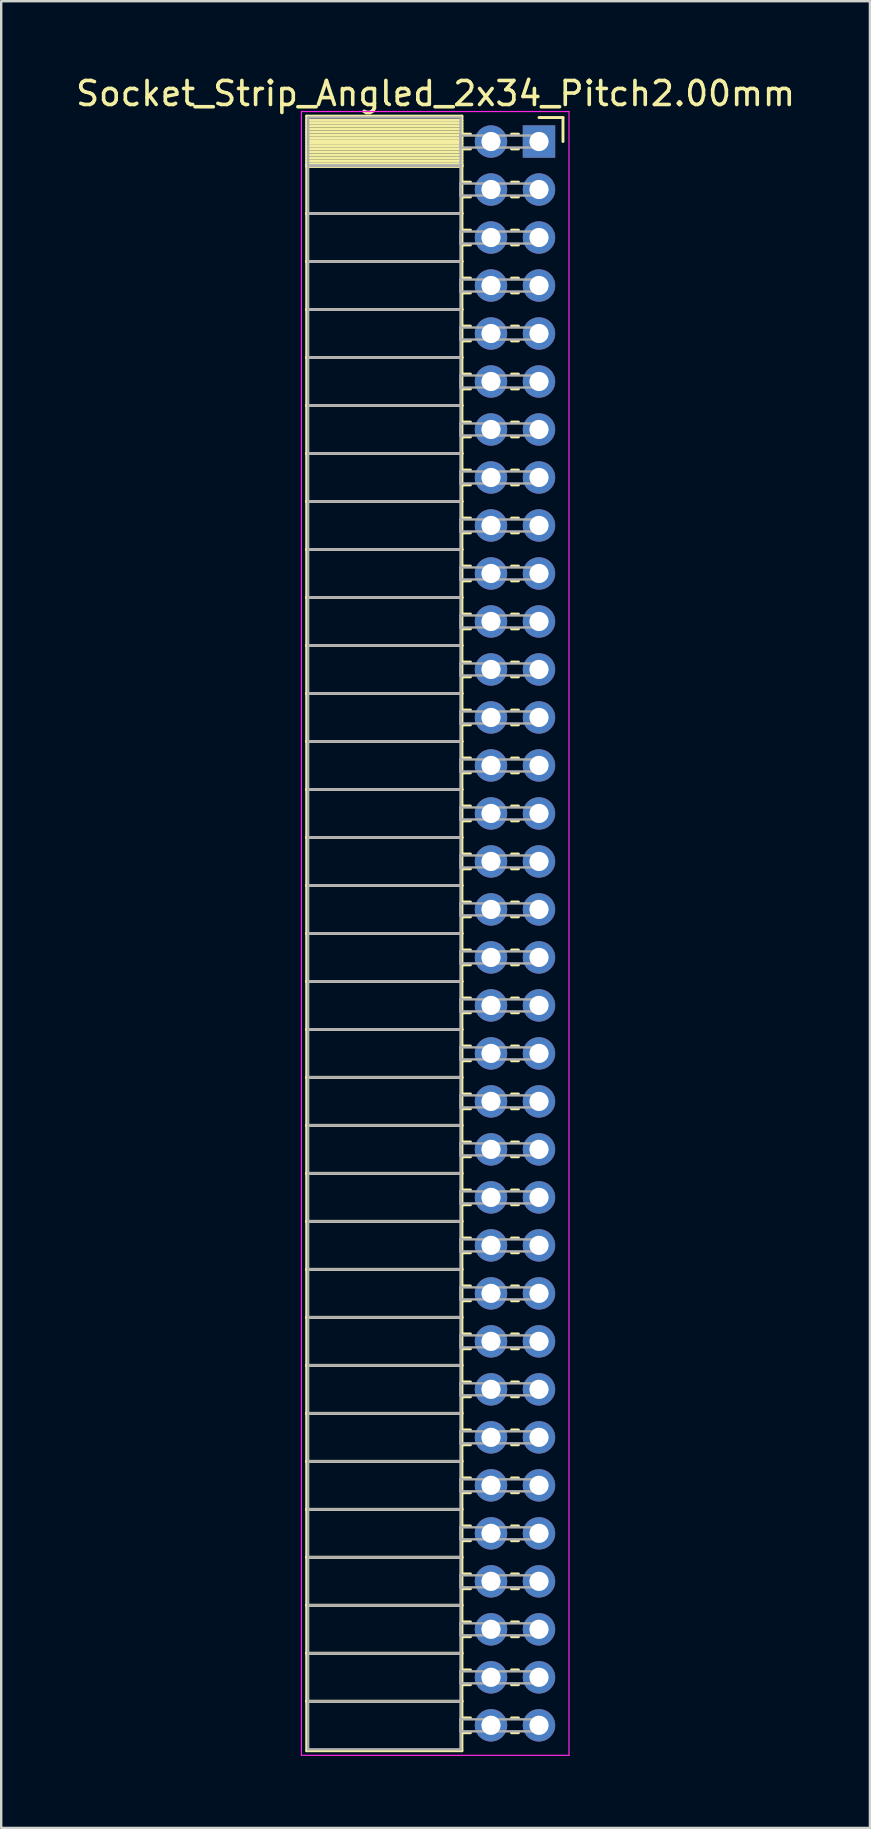
<source format=kicad_pcb>
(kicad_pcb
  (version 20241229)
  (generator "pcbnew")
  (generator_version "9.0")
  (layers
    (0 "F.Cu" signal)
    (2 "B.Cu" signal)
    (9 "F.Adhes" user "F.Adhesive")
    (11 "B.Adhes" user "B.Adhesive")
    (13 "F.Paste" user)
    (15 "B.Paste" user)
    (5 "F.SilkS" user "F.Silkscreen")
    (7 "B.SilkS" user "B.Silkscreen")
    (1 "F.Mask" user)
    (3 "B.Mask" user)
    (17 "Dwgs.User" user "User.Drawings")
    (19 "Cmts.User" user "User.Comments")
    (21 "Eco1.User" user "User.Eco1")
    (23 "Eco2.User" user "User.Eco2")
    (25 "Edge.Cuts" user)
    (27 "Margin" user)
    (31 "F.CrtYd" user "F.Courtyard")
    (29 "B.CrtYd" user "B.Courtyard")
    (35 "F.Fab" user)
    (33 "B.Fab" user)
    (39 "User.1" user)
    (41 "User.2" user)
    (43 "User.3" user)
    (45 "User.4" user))
  (footprint "Socket_Strip_Angled_2x34_Pitch2.00mm"
    (layer "F.Cu")
    (at 19.411 2.848)
    (property "Reference" "Socket_Strip_Angled_2x34_Pitch2.00mm" (at -4.31 -2 0) (layer "F.SilkS") (effects (font (size 1 1) (thickness 0.15))))
    (attr through_hole)
    (fp_line (start -9.68 -1.06) (end -3.21 -1.06) (stroke (width 0.12) (type solid)) (layer "F.SilkS"))
    (fp_line (start -9.68 1) (end -9.68 -1.06) (stroke (width 0.12) (type solid)) (layer "F.SilkS"))
    (fp_line (start -9.68 1) (end -3.21 1) (stroke (width 0.12) (type solid)) (layer "F.SilkS"))
    (fp_line (start -9.68 3) (end -9.68 1) (stroke (width 0.12) (type solid)) (layer "F.SilkS"))
    (fp_line (start -9.68 3) (end -3.21 3) (stroke (width 0.12) (type solid)) (layer "F.SilkS"))
    (fp_line (start -9.68 5) (end -9.68 3) (stroke (width 0.12) (type solid)) (layer "F.SilkS"))
    (fp_line (start -9.68 5) (end -3.21 5) (stroke (width 0.12) (type solid)) (layer "F.SilkS"))
    (fp_line (start -9.68 7) (end -9.68 5) (stroke (width 0.12) (type solid)) (layer "F.SilkS"))
    (fp_line (start -9.68 7) (end -3.21 7) (stroke (width 0.12) (type solid)) (layer "F.SilkS"))
    (fp_line (start -9.68 9) (end -9.68 7) (stroke (width 0.12) (type solid)) (layer "F.SilkS"))
    (fp_line (start -9.68 9) (end -3.21 9) (stroke (width 0.12) (type solid)) (layer "F.SilkS"))
    (fp_line (start -9.68 11) (end -9.68 9) (stroke (width 0.12) (type solid)) (layer "F.SilkS"))
    (fp_line (start -9.68 11) (end -3.21 11) (stroke (width 0.12) (type solid)) (layer "F.SilkS"))
    (fp_line (start -9.68 13) (end -9.68 11) (stroke (width 0.12) (type solid)) (layer "F.SilkS"))
    (fp_line (start -9.68 13) (end -3.21 13) (stroke (width 0.12) (type solid)) (layer "F.SilkS"))
    (fp_line (start -9.68 15) (end -9.68 13) (stroke (width 0.12) (type solid)) (layer "F.SilkS"))
    (fp_line (start -9.68 15) (end -3.21 15) (stroke (width 0.12) (type solid)) (layer "F.SilkS"))
    (fp_line (start -9.68 17) (end -9.68 15) (stroke (width 0.12) (type solid)) (layer "F.SilkS"))
    (fp_line (start -9.68 17) (end -3.21 17) (stroke (width 0.12) (type solid)) (layer "F.SilkS"))
    (fp_line (start -9.68 19) (end -9.68 17) (stroke (width 0.12) (type solid)) (layer "F.SilkS"))
    (fp_line (start -9.68 19) (end -3.21 19) (stroke (width 0.12) (type solid)) (layer "F.SilkS"))
    (fp_line (start -9.68 21) (end -9.68 19) (stroke (width 0.12) (type solid)) (layer "F.SilkS"))
    (fp_line (start -9.68 21) (end -3.21 21) (stroke (width 0.12) (type solid)) (layer "F.SilkS"))
    (fp_line (start -9.68 23) (end -9.68 21) (stroke (width 0.12) (type solid)) (layer "F.SilkS"))
    (fp_line (start -9.68 23) (end -3.21 23) (stroke (width 0.12) (type solid)) (layer "F.SilkS"))
    (fp_line (start -9.68 25) (end -9.68 23) (stroke (width 0.12) (type solid)) (layer "F.SilkS"))
    (fp_line (start -9.68 25) (end -3.21 25) (stroke (width 0.12) (type solid)) (layer "F.SilkS"))
    (fp_line (start -9.68 27) (end -9.68 25) (stroke (width 0.12) (type solid)) (layer "F.SilkS"))
    (fp_line (start -9.68 27) (end -3.21 27) (stroke (width 0.12) (type solid)) (layer "F.SilkS"))
    (fp_line (start -9.68 29) (end -9.68 27) (stroke (width 0.12) (type solid)) (layer "F.SilkS"))
    (fp_line (start -9.68 29) (end -3.21 29) (stroke (width 0.12) (type solid)) (layer "F.SilkS"))
    (fp_line (start -9.68 31) (end -9.68 29) (stroke (width 0.12) (type solid)) (layer "F.SilkS"))
    (fp_line (start -9.68 31) (end -3.21 31) (stroke (width 0.12) (type solid)) (layer "F.SilkS"))
    (fp_line (start -9.68 33) (end -9.68 31) (stroke (width 0.12) (type solid)) (layer "F.SilkS"))
    (fp_line (start -9.68 33) (end -3.21 33) (stroke (width 0.12) (type solid)) (layer "F.SilkS"))
    (fp_line (start -9.68 35) (end -9.68 33) (stroke (width 0.12) (type solid)) (layer "F.SilkS"))
    (fp_line (start -9.68 35) (end -3.21 35) (stroke (width 0.12) (type solid)) (layer "F.SilkS"))
    (fp_line (start -9.68 37) (end -9.68 35) (stroke (width 0.12) (type solid)) (layer "F.SilkS"))
    (fp_line (start -9.68 37) (end -3.21 37) (stroke (width 0.12) (type solid)) (layer "F.SilkS"))
    (fp_line (start -9.68 39) (end -9.68 37) (stroke (width 0.12) (type solid)) (layer "F.SilkS"))
    (fp_line (start -9.68 39) (end -3.21 39) (stroke (width 0.12) (type solid)) (layer "F.SilkS"))
    (fp_line (start -9.68 41) (end -9.68 39) (stroke (width 0.12) (type solid)) (layer "F.SilkS"))
    (fp_line (start -9.68 41) (end -3.21 41) (stroke (width 0.12) (type solid)) (layer "F.SilkS"))
    (fp_line (start -9.68 43) (end -9.68 41) (stroke (width 0.12) (type solid)) (layer "F.SilkS"))
    (fp_line (start -9.68 43) (end -3.21 43) (stroke (width 0.12) (type solid)) (layer "F.SilkS"))
    (fp_line (start -9.68 45) (end -9.68 43) (stroke (width 0.12) (type solid)) (layer "F.SilkS"))
    (fp_line (start -9.68 45) (end -3.21 45) (stroke (width 0.12) (type solid)) (layer "F.SilkS"))
    (fp_line (start -9.68 47) (end -9.68 45) (stroke (width 0.12) (type solid)) (layer "F.SilkS"))
    (fp_line (start -9.68 47) (end -3.21 47) (stroke (width 0.12) (type solid)) (layer "F.SilkS"))
    (fp_line (start -9.68 49) (end -9.68 47) (stroke (width 0.12) (type solid)) (layer "F.SilkS"))
    (fp_line (start -9.68 49) (end -3.21 49) (stroke (width 0.12) (type solid)) (layer "F.SilkS"))
    (fp_line (start -9.68 51) (end -9.68 49) (stroke (width 0.12) (type solid)) (layer "F.SilkS"))
    (fp_line (start -9.68 51) (end -3.21 51) (stroke (width 0.12) (type solid)) (layer "F.SilkS"))
    (fp_line (start -9.68 53) (end -9.68 51) (stroke (width 0.12) (type solid)) (layer "F.SilkS"))
    (fp_line (start -9.68 53) (end -3.21 53) (stroke (width 0.12) (type solid)) (layer "F.SilkS"))
    (fp_line (start -9.68 55) (end -9.68 53) (stroke (width 0.12) (type solid)) (layer "F.SilkS"))
    (fp_line (start -9.68 55) (end -3.21 55) (stroke (width 0.12) (type solid)) (layer "F.SilkS"))
    (fp_line (start -9.68 57) (end -9.68 55) (stroke (width 0.12) (type solid)) (layer "F.SilkS"))
    (fp_line (start -9.68 57) (end -3.21 57) (stroke (width 0.12) (type solid)) (layer "F.SilkS"))
    (fp_line (start -9.68 59) (end -9.68 57) (stroke (width 0.12) (type solid)) (layer "F.SilkS"))
    (fp_line (start -9.68 59) (end -3.21 59) (stroke (width 0.12) (type solid)) (layer "F.SilkS"))
    (fp_line (start -9.68 61) (end -9.68 59) (stroke (width 0.12) (type solid)) (layer "F.SilkS"))
    (fp_line (start -9.68 61) (end -3.21 61) (stroke (width 0.12) (type solid)) (layer "F.SilkS"))
    (fp_line (start -9.68 63) (end -9.68 61) (stroke (width 0.12) (type solid)) (layer "F.SilkS"))
    (fp_line (start -9.68 63) (end -3.21 63) (stroke (width 0.12) (type solid)) (layer "F.SilkS"))
    (fp_line (start -9.68 65) (end -9.68 63) (stroke (width 0.12) (type solid)) (layer "F.SilkS"))
    (fp_line (start -9.68 65) (end -3.21 65) (stroke (width 0.12) (type solid)) (layer "F.SilkS"))
    (fp_line (start -9.68 67.06) (end -9.68 65) (stroke (width 0.12) (type solid)) (layer "F.SilkS"))
    (fp_line (start -3.21 -1.06) (end -3.21 1) (stroke (width 0.12) (type solid)) (layer "F.SilkS"))
    (fp_line (start -3.21 -0.88) (end -9.68 -0.88) (stroke (width 0.12) (type solid)) (layer "F.SilkS"))
    (fp_line (start -3.21 -0.76) (end -9.68 -0.76) (stroke (width 0.12) (type solid)) (layer "F.SilkS"))
    (fp_line (start -3.21 -0.64) (end -9.68 -0.64) (stroke (width 0.12) (type solid)) (layer "F.SilkS"))
    (fp_line (start -3.21 -0.52) (end -9.68 -0.52) (stroke (width 0.12) (type solid)) (layer "F.SilkS"))
    (fp_line (start -3.21 -0.4) (end -9.68 -0.4) (stroke (width 0.12) (type solid)) (layer "F.SilkS"))
    (fp_line (start -3.21 -0.28) (end -9.68 -0.28) (stroke (width 0.12) (type solid)) (layer "F.SilkS"))
    (fp_line (start -3.21 -0.16) (end -9.68 -0.16) (stroke (width 0.12) (type solid)) (layer "F.SilkS"))
    (fp_line (start -3.21 -0.04) (end -9.68 -0.04) (stroke (width 0.12) (type solid)) (layer "F.SilkS"))
    (fp_line (start -3.21 0.08) (end -9.68 0.08) (stroke (width 0.12) (type solid)) (layer "F.SilkS"))
    (fp_line (start -3.21 0.2) (end -9.68 0.2) (stroke (width 0.12) (type solid)) (layer "F.SilkS"))
    (fp_line (start -3.21 0.32) (end -9.68 0.32) (stroke (width 0.12) (type solid)) (layer "F.SilkS"))
    (fp_line (start -3.21 0.44) (end -9.68 0.44) (stroke (width 0.12) (type solid)) (layer "F.SilkS"))
    (fp_line (start -3.21 0.56) (end -9.68 0.56) (stroke (width 0.12) (type solid)) (layer "F.SilkS"))
    (fp_line (start -3.21 0.68) (end -9.68 0.68) (stroke (width 0.12) (type solid)) (layer "F.SilkS"))
    (fp_line (start -3.21 0.8) (end -9.68 0.8) (stroke (width 0.12) (type solid)) (layer "F.SilkS"))
    (fp_line (start -3.21 0.92) (end -9.68 0.92) (stroke (width 0.12) (type solid)) (layer "F.SilkS"))
    (fp_line (start -3.21 1) (end -9.68 1) (stroke (width 0.12) (type solid)) (layer "F.SilkS"))
    (fp_line (start -3.21 1) (end -3.21 3) (stroke (width 0.12) (type solid)) (layer "F.SilkS"))
    (fp_line (start -3.21 1.04) (end -9.68 1.04) (stroke (width 0.12) (type solid)) (layer "F.SilkS"))
    (fp_line (start -3.21 3) (end -9.68 3) (stroke (width 0.12) (type solid)) (layer "F.SilkS"))
    (fp_line (start -3.21 3) (end -3.21 5) (stroke (width 0.12) (type solid)) (layer "F.SilkS"))
    (fp_line (start -3.21 5) (end -9.68 5) (stroke (width 0.12) (type solid)) (layer "F.SilkS"))
    (fp_line (start -3.21 5) (end -3.21 7) (stroke (width 0.12) (type solid)) (layer "F.SilkS"))
    (fp_line (start -3.21 7) (end -9.68 7) (stroke (width 0.12) (type solid)) (layer "F.SilkS"))
    (fp_line (start -3.21 7) (end -3.21 9) (stroke (width 0.12) (type solid)) (layer "F.SilkS"))
    (fp_line (start -3.21 9) (end -9.68 9) (stroke (width 0.12) (type solid)) (layer "F.SilkS"))
    (fp_line (start -3.21 9) (end -3.21 11) (stroke (width 0.12) (type solid)) (layer "F.SilkS"))
    (fp_line (start -3.21 11) (end -9.68 11) (stroke (width 0.12) (type solid)) (layer "F.SilkS"))
    (fp_line (start -3.21 11) (end -3.21 13) (stroke (width 0.12) (type solid)) (layer "F.SilkS"))
    (fp_line (start -3.21 13) (end -9.68 13) (stroke (width 0.12) (type solid)) (layer "F.SilkS"))
    (fp_line (start -3.21 13) (end -3.21 15) (stroke (width 0.12) (type solid)) (layer "F.SilkS"))
    (fp_line (start -3.21 15) (end -9.68 15) (stroke (width 0.12) (type solid)) (layer "F.SilkS"))
    (fp_line (start -3.21 15) (end -3.21 17) (stroke (width 0.12) (type solid)) (layer "F.SilkS"))
    (fp_line (start -3.21 17) (end -9.68 17) (stroke (width 0.12) (type solid)) (layer "F.SilkS"))
    (fp_line (start -3.21 17) (end -3.21 19) (stroke (width 0.12) (type solid)) (layer "F.SilkS"))
    (fp_line (start -3.21 19) (end -9.68 19) (stroke (width 0.12) (type solid)) (layer "F.SilkS"))
    (fp_line (start -3.21 19) (end -3.21 21) (stroke (width 0.12) (type solid)) (layer "F.SilkS"))
    (fp_line (start -3.21 21) (end -9.68 21) (stroke (width 0.12) (type solid)) (layer "F.SilkS"))
    (fp_line (start -3.21 21) (end -3.21 23) (stroke (width 0.12) (type solid)) (layer "F.SilkS"))
    (fp_line (start -3.21 23) (end -9.68 23) (stroke (width 0.12) (type solid)) (layer "F.SilkS"))
    (fp_line (start -3.21 23) (end -3.21 25) (stroke (width 0.12) (type solid)) (layer "F.SilkS"))
    (fp_line (start -3.21 25) (end -9.68 25) (stroke (width 0.12) (type solid)) (layer "F.SilkS"))
    (fp_line (start -3.21 25) (end -3.21 27) (stroke (width 0.12) (type solid)) (layer "F.SilkS"))
    (fp_line (start -3.21 27) (end -9.68 27) (stroke (width 0.12) (type solid)) (layer "F.SilkS"))
    (fp_line (start -3.21 27) (end -3.21 29) (stroke (width 0.12) (type solid)) (layer "F.SilkS"))
    (fp_line (start -3.21 29) (end -9.68 29) (stroke (width 0.12) (type solid)) (layer "F.SilkS"))
    (fp_line (start -3.21 29) (end -3.21 31) (stroke (width 0.12) (type solid)) (layer "F.SilkS"))
    (fp_line (start -3.21 31) (end -9.68 31) (stroke (width 0.12) (type solid)) (layer "F.SilkS"))
    (fp_line (start -3.21 31) (end -3.21 33) (stroke (width 0.12) (type solid)) (layer "F.SilkS"))
    (fp_line (start -3.21 33) (end -9.68 33) (stroke (width 0.12) (type solid)) (layer "F.SilkS"))
    (fp_line (start -3.21 33) (end -3.21 35) (stroke (width 0.12) (type solid)) (layer "F.SilkS"))
    (fp_line (start -3.21 35) (end -9.68 35) (stroke (width 0.12) (type solid)) (layer "F.SilkS"))
    (fp_line (start -3.21 35) (end -3.21 37) (stroke (width 0.12) (type solid)) (layer "F.SilkS"))
    (fp_line (start -3.21 37) (end -9.68 37) (stroke (width 0.12) (type solid)) (layer "F.SilkS"))
    (fp_line (start -3.21 37) (end -3.21 39) (stroke (width 0.12) (type solid)) (layer "F.SilkS"))
    (fp_line (start -3.21 39) (end -9.68 39) (stroke (width 0.12) (type solid)) (layer "F.SilkS"))
    (fp_line (start -3.21 39) (end -3.21 41) (stroke (width 0.12) (type solid)) (layer "F.SilkS"))
    (fp_line (start -3.21 41) (end -9.68 41) (stroke (width 0.12) (type solid)) (layer "F.SilkS"))
    (fp_line (start -3.21 41) (end -3.21 43) (stroke (width 0.12) (type solid)) (layer "F.SilkS"))
    (fp_line (start -3.21 43) (end -9.68 43) (stroke (width 0.12) (type solid)) (layer "F.SilkS"))
    (fp_line (start -3.21 43) (end -3.21 45) (stroke (width 0.12) (type solid)) (layer "F.SilkS"))
    (fp_line (start -3.21 45) (end -9.68 45) (stroke (width 0.12) (type solid)) (layer "F.SilkS"))
    (fp_line (start -3.21 45) (end -3.21 47) (stroke (width 0.12) (type solid)) (layer "F.SilkS"))
    (fp_line (start -3.21 47) (end -9.68 47) (stroke (width 0.12) (type solid)) (layer "F.SilkS"))
    (fp_line (start -3.21 47) (end -3.21 49) (stroke (width 0.12) (type solid)) (layer "F.SilkS"))
    (fp_line (start -3.21 49) (end -9.68 49) (stroke (width 0.12) (type solid)) (layer "F.SilkS"))
    (fp_line (start -3.21 49) (end -3.21 51) (stroke (width 0.12) (type solid)) (layer "F.SilkS"))
    (fp_line (start -3.21 51) (end -9.68 51) (stroke (width 0.12) (type solid)) (layer "F.SilkS"))
    (fp_line (start -3.21 51) (end -3.21 53) (stroke (width 0.12) (type solid)) (layer "F.SilkS"))
    (fp_line (start -3.21 53) (end -9.68 53) (stroke (width 0.12) (type solid)) (layer "F.SilkS"))
    (fp_line (start -3.21 53) (end -3.21 55) (stroke (width 0.12) (type solid)) (layer "F.SilkS"))
    (fp_line (start -3.21 55) (end -9.68 55) (stroke (width 0.12) (type solid)) (layer "F.SilkS"))
    (fp_line (start -3.21 55) (end -3.21 57) (stroke (width 0.12) (type solid)) (layer "F.SilkS"))
    (fp_line (start -3.21 57) (end -9.68 57) (stroke (width 0.12) (type solid)) (layer "F.SilkS"))
    (fp_line (start -3.21 57) (end -3.21 59) (stroke (width 0.12) (type solid)) (layer "F.SilkS"))
    (fp_line (start -3.21 59) (end -9.68 59) (stroke (width 0.12) (type solid)) (layer "F.SilkS"))
    (fp_line (start -3.21 59) (end -3.21 61) (stroke (width 0.12) (type solid)) (layer "F.SilkS"))
    (fp_line (start -3.21 61) (end -9.68 61) (stroke (width 0.12) (type solid)) (layer "F.SilkS"))
    (fp_line (start -3.21 61) (end -3.21 63) (stroke (width 0.12) (type solid)) (layer "F.SilkS"))
    (fp_line (start -3.21 63) (end -9.68 63) (stroke (width 0.12) (type solid)) (layer "F.SilkS"))
    (fp_line (start -3.21 63) (end -3.21 65) (stroke (width 0.12) (type solid)) (layer "F.SilkS"))
    (fp_line (start -3.21 65) (end -9.68 65) (stroke (width 0.12) (type solid)) (layer "F.SilkS"))
    (fp_line (start -3.21 65) (end -3.21 67.06) (stroke (width 0.12) (type solid)) (layer "F.SilkS"))
    (fp_line (start -3.21 67.06) (end -9.68 67.06) (stroke (width 0.12) (type solid)) (layer "F.SilkS"))
    (fp_line (start -2.855 -0.31) (end -3.21 -0.31) (stroke (width 0.12) (type solid)) (layer "F.SilkS"))
    (fp_line (start -2.855 0.31) (end -3.21 0.31) (stroke (width 0.12) (type solid)) (layer "F.SilkS"))
    (fp_line (start -2.855 1.69) (end -3.21 1.69) (stroke (width 0.12) (type solid)) (layer "F.SilkS"))
    (fp_line (start -2.855 2.31) (end -3.21 2.31) (stroke (width 0.12) (type solid)) (layer "F.SilkS"))
    (fp_line (start -2.855 3.69) (end -3.21 3.69) (stroke (width 0.12) (type solid)) (layer "F.SilkS"))
    (fp_line (start -2.855 4.31) (end -3.21 4.31) (stroke (width 0.12) (type solid)) (layer "F.SilkS"))
    (fp_line (start -2.855 5.69) (end -3.21 5.69) (stroke (width 0.12) (type solid)) (layer "F.SilkS"))
    (fp_line (start -2.855 6.31) (end -3.21 6.31) (stroke (width 0.12) (type solid)) (layer "F.SilkS"))
    (fp_line (start -2.855 7.69) (end -3.21 7.69) (stroke (width 0.12) (type solid)) (layer "F.SilkS"))
    (fp_line (start -2.855 8.31) (end -3.21 8.31) (stroke (width 0.12) (type solid)) (layer "F.SilkS"))
    (fp_line (start -2.855 9.69) (end -3.21 9.69) (stroke (width 0.12) (type solid)) (layer "F.SilkS"))
    (fp_line (start -2.855 10.31) (end -3.21 10.31) (stroke (width 0.12) (type solid)) (layer "F.SilkS"))
    (fp_line (start -2.855 11.69) (end -3.21 11.69) (stroke (width 0.12) (type solid)) (layer "F.SilkS"))
    (fp_line (start -2.855 12.31) (end -3.21 12.31) (stroke (width 0.12) (type solid)) (layer "F.SilkS"))
    (fp_line (start -2.855 13.69) (end -3.21 13.69) (stroke (width 0.12) (type solid)) (layer "F.SilkS"))
    (fp_line (start -2.855 14.31) (end -3.21 14.31) (stroke (width 0.12) (type solid)) (layer "F.SilkS"))
    (fp_line (start -2.855 15.69) (end -3.21 15.69) (stroke (width 0.12) (type solid)) (layer "F.SilkS"))
    (fp_line (start -2.855 16.31) (end -3.21 16.31) (stroke (width 0.12) (type solid)) (layer "F.SilkS"))
    (fp_line (start -2.855 17.69) (end -3.21 17.69) (stroke (width 0.12) (type solid)) (layer "F.SilkS"))
    (fp_line (start -2.855 18.31) (end -3.21 18.31) (stroke (width 0.12) (type solid)) (layer "F.SilkS"))
    (fp_line (start -2.855 19.69) (end -3.21 19.69) (stroke (width 0.12) (type solid)) (layer "F.SilkS"))
    (fp_line (start -2.855 20.31) (end -3.21 20.31) (stroke (width 0.12) (type solid)) (layer "F.SilkS"))
    (fp_line (start -2.855 21.69) (end -3.21 21.69) (stroke (width 0.12) (type solid)) (layer "F.SilkS"))
    (fp_line (start -2.855 22.31) (end -3.21 22.31) (stroke (width 0.12) (type solid)) (layer "F.SilkS"))
    (fp_line (start -2.855 23.69) (end -3.21 23.69) (stroke (width 0.12) (type solid)) (layer "F.SilkS"))
    (fp_line (start -2.855 24.31) (end -3.21 24.31) (stroke (width 0.12) (type solid)) (layer "F.SilkS"))
    (fp_line (start -2.855 25.69) (end -3.21 25.69) (stroke (width 0.12) (type solid)) (layer "F.SilkS"))
    (fp_line (start -2.855 26.31) (end -3.21 26.31) (stroke (width 0.12) (type solid)) (layer "F.SilkS"))
    (fp_line (start -2.855 27.69) (end -3.21 27.69) (stroke (width 0.12) (type solid)) (layer "F.SilkS"))
    (fp_line (start -2.855 28.31) (end -3.21 28.31) (stroke (width 0.12) (type solid)) (layer "F.SilkS"))
    (fp_line (start -2.855 29.69) (end -3.21 29.69) (stroke (width 0.12) (type solid)) (layer "F.SilkS"))
    (fp_line (start -2.855 30.31) (end -3.21 30.31) (stroke (width 0.12) (type solid)) (layer "F.SilkS"))
    (fp_line (start -2.855 31.69) (end -3.21 31.69) (stroke (width 0.12) (type solid)) (layer "F.SilkS"))
    (fp_line (start -2.855 32.31) (end -3.21 32.31) (stroke (width 0.12) (type solid)) (layer "F.SilkS"))
    (fp_line (start -2.855 33.69) (end -3.21 33.69) (stroke (width 0.12) (type solid)) (layer "F.SilkS"))
    (fp_line (start -2.855 34.31) (end -3.21 34.31) (stroke (width 0.12) (type solid)) (layer "F.SilkS"))
    (fp_line (start -2.855 35.69) (end -3.21 35.69) (stroke (width 0.12) (type solid)) (layer "F.SilkS"))
    (fp_line (start -2.855 36.31) (end -3.21 36.31) (stroke (width 0.12) (type solid)) (layer "F.SilkS"))
    (fp_line (start -2.855 37.69) (end -3.21 37.69) (stroke (width 0.12) (type solid)) (layer "F.SilkS"))
    (fp_line (start -2.855 38.31) (end -3.21 38.31) (stroke (width 0.12) (type solid)) (layer "F.SilkS"))
    (fp_line (start -2.855 39.69) (end -3.21 39.69) (stroke (width 0.12) (type solid)) (layer "F.SilkS"))
    (fp_line (start -2.855 40.31) (end -3.21 40.31) (stroke (width 0.12) (type solid)) (layer "F.SilkS"))
    (fp_line (start -2.855 41.69) (end -3.21 41.69) (stroke (width 0.12) (type solid)) (layer "F.SilkS"))
    (fp_line (start -2.855 42.31) (end -3.21 42.31) (stroke (width 0.12) (type solid)) (layer "F.SilkS"))
    (fp_line (start -2.855 43.69) (end -3.21 43.69) (stroke (width 0.12) (type solid)) (layer "F.SilkS"))
    (fp_line (start -2.855 44.31) (end -3.21 44.31) (stroke (width 0.12) (type solid)) (layer "F.SilkS"))
    (fp_line (start -2.855 45.69) (end -3.21 45.69) (stroke (width 0.12) (type solid)) (layer "F.SilkS"))
    (fp_line (start -2.855 46.31) (end -3.21 46.31) (stroke (width 0.12) (type solid)) (layer "F.SilkS"))
    (fp_line (start -2.855 47.69) (end -3.21 47.69) (stroke (width 0.12) (type solid)) (layer "F.SilkS"))
    (fp_line (start -2.855 48.31) (end -3.21 48.31) (stroke (width 0.12) (type solid)) (layer "F.SilkS"))
    (fp_line (start -2.855 49.69) (end -3.21 49.69) (stroke (width 0.12) (type solid)) (layer "F.SilkS"))
    (fp_line (start -2.855 50.31) (end -3.21 50.31) (stroke (width 0.12) (type solid)) (layer "F.SilkS"))
    (fp_line (start -2.855 51.69) (end -3.21 51.69) (stroke (width 0.12) (type solid)) (layer "F.SilkS"))
    (fp_line (start -2.855 52.31) (end -3.21 52.31) (stroke (width 0.12) (type solid)) (layer "F.SilkS"))
    (fp_line (start -2.855 53.69) (end -3.21 53.69) (stroke (width 0.12) (type solid)) (layer "F.SilkS"))
    (fp_line (start -2.855 54.31) (end -3.21 54.31) (stroke (width 0.12) (type solid)) (layer "F.SilkS"))
    (fp_line (start -2.855 55.69) (end -3.21 55.69) (stroke (width 0.12) (type solid)) (layer "F.SilkS"))
    (fp_line (start -2.855 56.31) (end -3.21 56.31) (stroke (width 0.12) (type solid)) (layer "F.SilkS"))
    (fp_line (start -2.855 57.69) (end -3.21 57.69) (stroke (width 0.12) (type solid)) (layer "F.SilkS"))
    (fp_line (start -2.855 58.31) (end -3.21 58.31) (stroke (width 0.12) (type solid)) (layer "F.SilkS"))
    (fp_line (start -2.855 59.69) (end -3.21 59.69) (stroke (width 0.12) (type solid)) (layer "F.SilkS"))
    (fp_line (start -2.855 60.31) (end -3.21 60.31) (stroke (width 0.12) (type solid)) (layer "F.SilkS"))
    (fp_line (start -2.855 61.69) (end -3.21 61.69) (stroke (width 0.12) (type solid)) (layer "F.SilkS"))
    (fp_line (start -2.855 62.31) (end -3.21 62.31) (stroke (width 0.12) (type solid)) (layer "F.SilkS"))
    (fp_line (start -2.855 63.69) (end -3.21 63.69) (stroke (width 0.12) (type solid)) (layer "F.SilkS"))
    (fp_line (start -2.855 64.31) (end -3.21 64.31) (stroke (width 0.12) (type solid)) (layer "F.SilkS"))
    (fp_line (start -2.855 65.69) (end -3.21 65.69) (stroke (width 0.12) (type solid)) (layer "F.SilkS"))
    (fp_line (start -2.855 66.31) (end -3.21 66.31) (stroke (width 0.12) (type solid)) (layer "F.SilkS"))
    (fp_line (start -0.855 -0.31) (end -1.145 -0.31) (stroke (width 0.12) (type solid)) (layer "F.SilkS"))
    (fp_line (start -0.855 0.31) (end -1.145 0.31) (stroke (width 0.12) (type solid)) (layer "F.SilkS"))
    (fp_line (start -0.855 1.69) (end -1.145 1.69) (stroke (width 0.12) (type solid)) (layer "F.SilkS"))
    (fp_line (start -0.855 2.31) (end -1.145 2.31) (stroke (width 0.12) (type solid)) (layer "F.SilkS"))
    (fp_line (start -0.855 3.69) (end -1.145 3.69) (stroke (width 0.12) (type solid)) (layer "F.SilkS"))
    (fp_line (start -0.855 4.31) (end -1.145 4.31) (stroke (width 0.12) (type solid)) (layer "F.SilkS"))
    (fp_line (start -0.855 5.69) (end -1.145 5.69) (stroke (width 0.12) (type solid)) (layer "F.SilkS"))
    (fp_line (start -0.855 6.31) (end -1.145 6.31) (stroke (width 0.12) (type solid)) (layer "F.SilkS"))
    (fp_line (start -0.855 7.69) (end -1.145 7.69) (stroke (width 0.12) (type solid)) (layer "F.SilkS"))
    (fp_line (start -0.855 8.31) (end -1.145 8.31) (stroke (width 0.12) (type solid)) (layer "F.SilkS"))
    (fp_line (start -0.855 9.69) (end -1.145 9.69) (stroke (width 0.12) (type solid)) (layer "F.SilkS"))
    (fp_line (start -0.855 10.31) (end -1.145 10.31) (stroke (width 0.12) (type solid)) (layer "F.SilkS"))
    (fp_line (start -0.855 11.69) (end -1.145 11.69) (stroke (width 0.12) (type solid)) (layer "F.SilkS"))
    (fp_line (start -0.855 12.31) (end -1.145 12.31) (stroke (width 0.12) (type solid)) (layer "F.SilkS"))
    (fp_line (start -0.855 13.69) (end -1.145 13.69) (stroke (width 0.12) (type solid)) (layer "F.SilkS"))
    (fp_line (start -0.855 14.31) (end -1.145 14.31) (stroke (width 0.12) (type solid)) (layer "F.SilkS"))
    (fp_line (start -0.855 15.69) (end -1.145 15.69) (stroke (width 0.12) (type solid)) (layer "F.SilkS"))
    (fp_line (start -0.855 16.31) (end -1.145 16.31) (stroke (width 0.12) (type solid)) (layer "F.SilkS"))
    (fp_line (start -0.855 17.69) (end -1.145 17.69) (stroke (width 0.12) (type solid)) (layer "F.SilkS"))
    (fp_line (start -0.855 18.31) (end -1.145 18.31) (stroke (width 0.12) (type solid)) (layer "F.SilkS"))
    (fp_line (start -0.855 19.69) (end -1.145 19.69) (stroke (width 0.12) (type solid)) (layer "F.SilkS"))
    (fp_line (start -0.855 20.31) (end -1.145 20.31) (stroke (width 0.12) (type solid)) (layer "F.SilkS"))
    (fp_line (start -0.855 21.69) (end -1.145 21.69) (stroke (width 0.12) (type solid)) (layer "F.SilkS"))
    (fp_line (start -0.855 22.31) (end -1.145 22.31) (stroke (width 0.12) (type solid)) (layer "F.SilkS"))
    (fp_line (start -0.855 23.69) (end -1.145 23.69) (stroke (width 0.12) (type solid)) (layer "F.SilkS"))
    (fp_line (start -0.855 24.31) (end -1.145 24.31) (stroke (width 0.12) (type solid)) (layer "F.SilkS"))
    (fp_line (start -0.855 25.69) (end -1.145 25.69) (stroke (width 0.12) (type solid)) (layer "F.SilkS"))
    (fp_line (start -0.855 26.31) (end -1.145 26.31) (stroke (width 0.12) (type solid)) (layer "F.SilkS"))
    (fp_line (start -0.855 27.69) (end -1.145 27.69) (stroke (width 0.12) (type solid)) (layer "F.SilkS"))
    (fp_line (start -0.855 28.31) (end -1.145 28.31) (stroke (width 0.12) (type solid)) (layer "F.SilkS"))
    (fp_line (start -0.855 29.69) (end -1.145 29.69) (stroke (width 0.12) (type solid)) (layer "F.SilkS"))
    (fp_line (start -0.855 30.31) (end -1.145 30.31) (stroke (width 0.12) (type solid)) (layer "F.SilkS"))
    (fp_line (start -0.855 31.69) (end -1.145 31.69) (stroke (width 0.12) (type solid)) (layer "F.SilkS"))
    (fp_line (start -0.855 32.31) (end -1.145 32.31) (stroke (width 0.12) (type solid)) (layer "F.SilkS"))
    (fp_line (start -0.855 33.69) (end -1.145 33.69) (stroke (width 0.12) (type solid)) (layer "F.SilkS"))
    (fp_line (start -0.855 34.31) (end -1.145 34.31) (stroke (width 0.12) (type solid)) (layer "F.SilkS"))
    (fp_line (start -0.855 35.69) (end -1.145 35.69) (stroke (width 0.12) (type solid)) (layer "F.SilkS"))
    (fp_line (start -0.855 36.31) (end -1.145 36.31) (stroke (width 0.12) (type solid)) (layer "F.SilkS"))
    (fp_line (start -0.855 37.69) (end -1.145 37.69) (stroke (width 0.12) (type solid)) (layer "F.SilkS"))
    (fp_line (start -0.855 38.31) (end -1.145 38.31) (stroke (width 0.12) (type solid)) (layer "F.SilkS"))
    (fp_line (start -0.855 39.69) (end -1.145 39.69) (stroke (width 0.12) (type solid)) (layer "F.SilkS"))
    (fp_line (start -0.855 40.31) (end -1.145 40.31) (stroke (width 0.12) (type solid)) (layer "F.SilkS"))
    (fp_line (start -0.855 41.69) (end -1.145 41.69) (stroke (width 0.12) (type solid)) (layer "F.SilkS"))
    (fp_line (start -0.855 42.31) (end -1.145 42.31) (stroke (width 0.12) (type solid)) (layer "F.SilkS"))
    (fp_line (start -0.855 43.69) (end -1.145 43.69) (stroke (width 0.12) (type solid)) (layer "F.SilkS"))
    (fp_line (start -0.855 44.31) (end -1.145 44.31) (stroke (width 0.12) (type solid)) (layer "F.SilkS"))
    (fp_line (start -0.855 45.69) (end -1.145 45.69) (stroke (width 0.12) (type solid)) (layer "F.SilkS"))
    (fp_line (start -0.855 46.31) (end -1.145 46.31) (stroke (width 0.12) (type solid)) (layer "F.SilkS"))
    (fp_line (start -0.855 47.69) (end -1.145 47.69) (stroke (width 0.12) (type solid)) (layer "F.SilkS"))
    (fp_line (start -0.855 48.31) (end -1.145 48.31) (stroke (width 0.12) (type solid)) (layer "F.SilkS"))
    (fp_line (start -0.855 49.69) (end -1.145 49.69) (stroke (width 0.12) (type solid)) (layer "F.SilkS"))
    (fp_line (start -0.855 50.31) (end -1.145 50.31) (stroke (width 0.12) (type solid)) (layer "F.SilkS"))
    (fp_line (start -0.855 51.69) (end -1.145 51.69) (stroke (width 0.12) (type solid)) (layer "F.SilkS"))
    (fp_line (start -0.855 52.31) (end -1.145 52.31) (stroke (width 0.12) (type solid)) (layer "F.SilkS"))
    (fp_line (start -0.855 53.69) (end -1.145 53.69) (stroke (width 0.12) (type solid)) (layer "F.SilkS"))
    (fp_line (start -0.855 54.31) (end -1.145 54.31) (stroke (width 0.12) (type solid)) (layer "F.SilkS"))
    (fp_line (start -0.855 55.69) (end -1.145 55.69) (stroke (width 0.12) (type solid)) (layer "F.SilkS"))
    (fp_line (start -0.855 56.31) (end -1.145 56.31) (stroke (width 0.12) (type solid)) (layer "F.SilkS"))
    (fp_line (start -0.855 57.69) (end -1.145 57.69) (stroke (width 0.12) (type solid)) (layer "F.SilkS"))
    (fp_line (start -0.855 58.31) (end -1.145 58.31) (stroke (width 0.12) (type solid)) (layer "F.SilkS"))
    (fp_line (start -0.855 59.69) (end -1.145 59.69) (stroke (width 0.12) (type solid)) (layer "F.SilkS"))
    (fp_line (start -0.855 60.31) (end -1.145 60.31) (stroke (width 0.12) (type solid)) (layer "F.SilkS"))
    (fp_line (start -0.855 61.69) (end -1.145 61.69) (stroke (width 0.12) (type solid)) (layer "F.SilkS"))
    (fp_line (start -0.855 62.31) (end -1.145 62.31) (stroke (width 0.12) (type solid)) (layer "F.SilkS"))
    (fp_line (start -0.855 63.69) (end -1.145 63.69) (stroke (width 0.12) (type solid)) (layer "F.SilkS"))
    (fp_line (start -0.855 64.31) (end -1.145 64.31) (stroke (width 0.12) (type solid)) (layer "F.SilkS"))
    (fp_line (start -0.855 65.69) (end -1.145 65.69) (stroke (width 0.12) (type solid)) (layer "F.SilkS"))
    (fp_line (start -0.855 66.31) (end -1.145 66.31) (stroke (width 0.12) (type solid)) (layer "F.SilkS"))
    (fp_line (start 0 -1) (end 1 -1) (stroke (width 0.12) (type solid)) (layer "F.SilkS"))
    (fp_line (start 1 -1) (end 1 0) (stroke (width 0.12) (type solid)) (layer "F.SilkS"))
    (fp_line (start -9.9 -1.25) (end 1.25 -1.25) (stroke (width 0.05) (type solid)) (layer "F.CrtYd"))
    (fp_line (start -9.9 67.25) (end -9.9 -1.25) (stroke (width 0.05) (type solid)) (layer "F.CrtYd"))
    (fp_line (start 1.25 -1.25) (end 1.25 67.25) (stroke (width 0.05) (type solid)) (layer "F.CrtYd"))
    (fp_line (start 1.25 67.25) (end -9.9 67.25) (stroke (width 0.05) (type solid)) (layer "F.CrtYd"))
    (fp_line (start -9.62 -1) (end -3.27 -1) (stroke (width 0.1) (type solid)) (layer "F.Fab"))
    (fp_line (start -9.62 1) (end -9.62 -1) (stroke (width 0.1) (type solid)) (layer "F.Fab"))
    (fp_line (start -9.62 1) (end -3.27 1) (stroke (width 0.1) (type solid)) (layer "F.Fab"))
    (fp_line (start -9.62 3) (end -9.62 1) (stroke (width 0.1) (type solid)) (layer "F.Fab"))
    (fp_line (start -9.62 3) (end -3.27 3) (stroke (width 0.1) (type solid)) (layer "F.Fab"))
    (fp_line (start -9.62 5) (end -9.62 3) (stroke (width 0.1) (type solid)) (layer "F.Fab"))
    (fp_line (start -9.62 5) (end -3.27 5) (stroke (width 0.1) (type solid)) (layer "F.Fab"))
    (fp_line (start -9.62 7) (end -9.62 5) (stroke (width 0.1) (type solid)) (layer "F.Fab"))
    (fp_line (start -9.62 7) (end -3.27 7) (stroke (width 0.1) (type solid)) (layer "F.Fab"))
    (fp_line (start -9.62 9) (end -9.62 7) (stroke (width 0.1) (type solid)) (layer "F.Fab"))
    (fp_line (start -9.62 9) (end -3.27 9) (stroke (width 0.1) (type solid)) (layer "F.Fab"))
    (fp_line (start -9.62 11) (end -9.62 9) (stroke (width 0.1) (type solid)) (layer "F.Fab"))
    (fp_line (start -9.62 11) (end -3.27 11) (stroke (width 0.1) (type solid)) (layer "F.Fab"))
    (fp_line (start -9.62 13) (end -9.62 11) (stroke (width 0.1) (type solid)) (layer "F.Fab"))
    (fp_line (start -9.62 13) (end -3.27 13) (stroke (width 0.1) (type solid)) (layer "F.Fab"))
    (fp_line (start -9.62 15) (end -9.62 13) (stroke (width 0.1) (type solid)) (layer "F.Fab"))
    (fp_line (start -9.62 15) (end -3.27 15) (stroke (width 0.1) (type solid)) (layer "F.Fab"))
    (fp_line (start -9.62 17) (end -9.62 15) (stroke (width 0.1) (type solid)) (layer "F.Fab"))
    (fp_line (start -9.62 17) (end -3.27 17) (stroke (width 0.1) (type solid)) (layer "F.Fab"))
    (fp_line (start -9.62 19) (end -9.62 17) (stroke (width 0.1) (type solid)) (layer "F.Fab"))
    (fp_line (start -9.62 19) (end -3.27 19) (stroke (width 0.1) (type solid)) (layer "F.Fab"))
    (fp_line (start -9.62 21) (end -9.62 19) (stroke (width 0.1) (type solid)) (layer "F.Fab"))
    (fp_line (start -9.62 21) (end -3.27 21) (stroke (width 0.1) (type solid)) (layer "F.Fab"))
    (fp_line (start -9.62 23) (end -9.62 21) (stroke (width 0.1) (type solid)) (layer "F.Fab"))
    (fp_line (start -9.62 23) (end -3.27 23) (stroke (width 0.1) (type solid)) (layer "F.Fab"))
    (fp_line (start -9.62 25) (end -9.62 23) (stroke (width 0.1) (type solid)) (layer "F.Fab"))
    (fp_line (start -9.62 25) (end -3.27 25) (stroke (width 0.1) (type solid)) (layer "F.Fab"))
    (fp_line (start -9.62 27) (end -9.62 25) (stroke (width 0.1) (type solid)) (layer "F.Fab"))
    (fp_line (start -9.62 27) (end -3.27 27) (stroke (width 0.1) (type solid)) (layer "F.Fab"))
    (fp_line (start -9.62 29) (end -9.62 27) (stroke (width 0.1) (type solid)) (layer "F.Fab"))
    (fp_line (start -9.62 29) (end -3.27 29) (stroke (width 0.1) (type solid)) (layer "F.Fab"))
    (fp_line (start -9.62 31) (end -9.62 29) (stroke (width 0.1) (type solid)) (layer "F.Fab"))
    (fp_line (start -9.62 31) (end -3.27 31) (stroke (width 0.1) (type solid)) (layer "F.Fab"))
    (fp_line (start -9.62 33) (end -9.62 31) (stroke (width 0.1) (type solid)) (layer "F.Fab"))
    (fp_line (start -9.62 33) (end -3.27 33) (stroke (width 0.1) (type solid)) (layer "F.Fab"))
    (fp_line (start -9.62 35) (end -9.62 33) (stroke (width 0.1) (type solid)) (layer "F.Fab"))
    (fp_line (start -9.62 35) (end -3.27 35) (stroke (width 0.1) (type solid)) (layer "F.Fab"))
    (fp_line (start -9.62 37) (end -9.62 35) (stroke (width 0.1) (type solid)) (layer "F.Fab"))
    (fp_line (start -9.62 37) (end -3.27 37) (stroke (width 0.1) (type solid)) (layer "F.Fab"))
    (fp_line (start -9.62 39) (end -9.62 37) (stroke (width 0.1) (type solid)) (layer "F.Fab"))
    (fp_line (start -9.62 39) (end -3.27 39) (stroke (width 0.1) (type solid)) (layer "F.Fab"))
    (fp_line (start -9.62 41) (end -9.62 39) (stroke (width 0.1) (type solid)) (layer "F.Fab"))
    (fp_line (start -9.62 41) (end -3.27 41) (stroke (width 0.1) (type solid)) (layer "F.Fab"))
    (fp_line (start -9.62 43) (end -9.62 41) (stroke (width 0.1) (type solid)) (layer "F.Fab"))
    (fp_line (start -9.62 43) (end -3.27 43) (stroke (width 0.1) (type solid)) (layer "F.Fab"))
    (fp_line (start -9.62 45) (end -9.62 43) (stroke (width 0.1) (type solid)) (layer "F.Fab"))
    (fp_line (start -9.62 45) (end -3.27 45) (stroke (width 0.1) (type solid)) (layer "F.Fab"))
    (fp_line (start -9.62 47) (end -9.62 45) (stroke (width 0.1) (type solid)) (layer "F.Fab"))
    (fp_line (start -9.62 47) (end -3.27 47) (stroke (width 0.1) (type solid)) (layer "F.Fab"))
    (fp_line (start -9.62 49) (end -9.62 47) (stroke (width 0.1) (type solid)) (layer "F.Fab"))
    (fp_line (start -9.62 49) (end -3.27 49) (stroke (width 0.1) (type solid)) (layer "F.Fab"))
    (fp_line (start -9.62 51) (end -9.62 49) (stroke (width 0.1) (type solid)) (layer "F.Fab"))
    (fp_line (start -9.62 51) (end -3.27 51) (stroke (width 0.1) (type solid)) (layer "F.Fab"))
    (fp_line (start -9.62 53) (end -9.62 51) (stroke (width 0.1) (type solid)) (layer "F.Fab"))
    (fp_line (start -9.62 53) (end -3.27 53) (stroke (width 0.1) (type solid)) (layer "F.Fab"))
    (fp_line (start -9.62 55) (end -9.62 53) (stroke (width 0.1) (type solid)) (layer "F.Fab"))
    (fp_line (start -9.62 55) (end -3.27 55) (stroke (width 0.1) (type solid)) (layer "F.Fab"))
    (fp_line (start -9.62 57) (end -9.62 55) (stroke (width 0.1) (type solid)) (layer "F.Fab"))
    (fp_line (start -9.62 57) (end -3.27 57) (stroke (width 0.1) (type solid)) (layer "F.Fab"))
    (fp_line (start -9.62 59) (end -9.62 57) (stroke (width 0.1) (type solid)) (layer "F.Fab"))
    (fp_line (start -9.62 59) (end -3.27 59) (stroke (width 0.1) (type solid)) (layer "F.Fab"))
    (fp_line (start -9.62 61) (end -9.62 59) (stroke (width 0.1) (type solid)) (layer "F.Fab"))
    (fp_line (start -9.62 61) (end -3.27 61) (stroke (width 0.1) (type solid)) (layer "F.Fab"))
    (fp_line (start -9.62 63) (end -9.62 61) (stroke (width 0.1) (type solid)) (layer "F.Fab"))
    (fp_line (start -9.62 63) (end -3.27 63) (stroke (width 0.1) (type solid)) (layer "F.Fab"))
    (fp_line (start -9.62 65) (end -9.62 63) (stroke (width 0.1) (type solid)) (layer "F.Fab"))
    (fp_line (start -9.62 65) (end -3.27 65) (stroke (width 0.1) (type solid)) (layer "F.Fab"))
    (fp_line (start -9.62 67) (end -9.62 65) (stroke (width 0.1) (type solid)) (layer "F.Fab"))
    (fp_line (start -3.27 -1) (end -3.27 1) (stroke (width 0.1) (type solid)) (layer "F.Fab"))
    (fp_line (start -3.27 -0.25) (end 0 -0.25) (stroke (width 0.1) (type solid)) (layer "F.Fab"))
    (fp_line (start -3.27 0.25) (end -3.27 -0.25) (stroke (width 0.1) (type solid)) (layer "F.Fab"))
    (fp_line (start -3.27 1) (end -9.62 1) (stroke (width 0.1) (type solid)) (layer "F.Fab"))
    (fp_line (start -3.27 1) (end -3.27 3) (stroke (width 0.1) (type solid)) (layer "F.Fab"))
    (fp_line (start -3.27 1.75) (end 0 1.75) (stroke (width 0.1) (type solid)) (layer "F.Fab"))
    (fp_line (start -3.27 2.25) (end -3.27 1.75) (stroke (width 0.1) (type solid)) (layer "F.Fab"))
    (fp_line (start -3.27 3) (end -9.62 3) (stroke (width 0.1) (type solid)) (layer "F.Fab"))
    (fp_line (start -3.27 3) (end -3.27 5) (stroke (width 0.1) (type solid)) (layer "F.Fab"))
    (fp_line (start -3.27 3.75) (end 0 3.75) (stroke (width 0.1) (type solid)) (layer "F.Fab"))
    (fp_line (start -3.27 4.25) (end -3.27 3.75) (stroke (width 0.1) (type solid)) (layer "F.Fab"))
    (fp_line (start -3.27 5) (end -9.62 5) (stroke (width 0.1) (type solid)) (layer "F.Fab"))
    (fp_line (start -3.27 5) (end -3.27 7) (stroke (width 0.1) (type solid)) (layer "F.Fab"))
    (fp_line (start -3.27 5.75) (end 0 5.75) (stroke (width 0.1) (type solid)) (layer "F.Fab"))
    (fp_line (start -3.27 6.25) (end -3.27 5.75) (stroke (width 0.1) (type solid)) (layer "F.Fab"))
    (fp_line (start -3.27 7) (end -9.62 7) (stroke (width 0.1) (type solid)) (layer "F.Fab"))
    (fp_line (start -3.27 7) (end -3.27 9) (stroke (width 0.1) (type solid)) (layer "F.Fab"))
    (fp_line (start -3.27 7.75) (end 0 7.75) (stroke (width 0.1) (type solid)) (layer "F.Fab"))
    (fp_line (start -3.27 8.25) (end -3.27 7.75) (stroke (width 0.1) (type solid)) (layer "F.Fab"))
    (fp_line (start -3.27 9) (end -9.62 9) (stroke (width 0.1) (type solid)) (layer "F.Fab"))
    (fp_line (start -3.27 9) (end -3.27 11) (stroke (width 0.1) (type solid)) (layer "F.Fab"))
    (fp_line (start -3.27 9.75) (end 0 9.75) (stroke (width 0.1) (type solid)) (layer "F.Fab"))
    (fp_line (start -3.27 10.25) (end -3.27 9.75) (stroke (width 0.1) (type solid)) (layer "F.Fab"))
    (fp_line (start -3.27 11) (end -9.62 11) (stroke (width 0.1) (type solid)) (layer "F.Fab"))
    (fp_line (start -3.27 11) (end -3.27 13) (stroke (width 0.1) (type solid)) (layer "F.Fab"))
    (fp_line (start -3.27 11.75) (end 0 11.75) (stroke (width 0.1) (type solid)) (layer "F.Fab"))
    (fp_line (start -3.27 12.25) (end -3.27 11.75) (stroke (width 0.1) (type solid)) (layer "F.Fab"))
    (fp_line (start -3.27 13) (end -9.62 13) (stroke (width 0.1) (type solid)) (layer "F.Fab"))
    (fp_line (start -3.27 13) (end -3.27 15) (stroke (width 0.1) (type solid)) (layer "F.Fab"))
    (fp_line (start -3.27 13.75) (end 0 13.75) (stroke (width 0.1) (type solid)) (layer "F.Fab"))
    (fp_line (start -3.27 14.25) (end -3.27 13.75) (stroke (width 0.1) (type solid)) (layer "F.Fab"))
    (fp_line (start -3.27 15) (end -9.62 15) (stroke (width 0.1) (type solid)) (layer "F.Fab"))
    (fp_line (start -3.27 15) (end -3.27 17) (stroke (width 0.1) (type solid)) (layer "F.Fab"))
    (fp_line (start -3.27 15.75) (end 0 15.75) (stroke (width 0.1) (type solid)) (layer "F.Fab"))
    (fp_line (start -3.27 16.25) (end -3.27 15.75) (stroke (width 0.1) (type solid)) (layer "F.Fab"))
    (fp_line (start -3.27 17) (end -9.62 17) (stroke (width 0.1) (type solid)) (layer "F.Fab"))
    (fp_line (start -3.27 17) (end -3.27 19) (stroke (width 0.1) (type solid)) (layer "F.Fab"))
    (fp_line (start -3.27 17.75) (end 0 17.75) (stroke (width 0.1) (type solid)) (layer "F.Fab"))
    (fp_line (start -3.27 18.25) (end -3.27 17.75) (stroke (width 0.1) (type solid)) (layer "F.Fab"))
    (fp_line (start -3.27 19) (end -9.62 19) (stroke (width 0.1) (type solid)) (layer "F.Fab"))
    (fp_line (start -3.27 19) (end -3.27 21) (stroke (width 0.1) (type solid)) (layer "F.Fab"))
    (fp_line (start -3.27 19.75) (end 0 19.75) (stroke (width 0.1) (type solid)) (layer "F.Fab"))
    (fp_line (start -3.27 20.25) (end -3.27 19.75) (stroke (width 0.1) (type solid)) (layer "F.Fab"))
    (fp_line (start -3.27 21) (end -9.62 21) (stroke (width 0.1) (type solid)) (layer "F.Fab"))
    (fp_line (start -3.27 21) (end -3.27 23) (stroke (width 0.1) (type solid)) (layer "F.Fab"))
    (fp_line (start -3.27 21.75) (end 0 21.75) (stroke (width 0.1) (type solid)) (layer "F.Fab"))
    (fp_line (start -3.27 22.25) (end -3.27 21.75) (stroke (width 0.1) (type solid)) (layer "F.Fab"))
    (fp_line (start -3.27 23) (end -9.62 23) (stroke (width 0.1) (type solid)) (layer "F.Fab"))
    (fp_line (start -3.27 23) (end -3.27 25) (stroke (width 0.1) (type solid)) (layer "F.Fab"))
    (fp_line (start -3.27 23.75) (end 0 23.75) (stroke (width 0.1) (type solid)) (layer "F.Fab"))
    (fp_line (start -3.27 24.25) (end -3.27 23.75) (stroke (width 0.1) (type solid)) (layer "F.Fab"))
    (fp_line (start -3.27 25) (end -9.62 25) (stroke (width 0.1) (type solid)) (layer "F.Fab"))
    (fp_line (start -3.27 25) (end -3.27 27) (stroke (width 0.1) (type solid)) (layer "F.Fab"))
    (fp_line (start -3.27 25.75) (end 0 25.75) (stroke (width 0.1) (type solid)) (layer "F.Fab"))
    (fp_line (start -3.27 26.25) (end -3.27 25.75) (stroke (width 0.1) (type solid)) (layer "F.Fab"))
    (fp_line (start -3.27 27) (end -9.62 27) (stroke (width 0.1) (type solid)) (layer "F.Fab"))
    (fp_line (start -3.27 27) (end -3.27 29) (stroke (width 0.1) (type solid)) (layer "F.Fab"))
    (fp_line (start -3.27 27.75) (end 0 27.75) (stroke (width 0.1) (type solid)) (layer "F.Fab"))
    (fp_line (start -3.27 28.25) (end -3.27 27.75) (stroke (width 0.1) (type solid)) (layer "F.Fab"))
    (fp_line (start -3.27 29) (end -9.62 29) (stroke (width 0.1) (type solid)) (layer "F.Fab"))
    (fp_line (start -3.27 29) (end -3.27 31) (stroke (width 0.1) (type solid)) (layer "F.Fab"))
    (fp_line (start -3.27 29.75) (end 0 29.75) (stroke (width 0.1) (type solid)) (layer "F.Fab"))
    (fp_line (start -3.27 30.25) (end -3.27 29.75) (stroke (width 0.1) (type solid)) (layer "F.Fab"))
    (fp_line (start -3.27 31) (end -9.62 31) (stroke (width 0.1) (type solid)) (layer "F.Fab"))
    (fp_line (start -3.27 31) (end -3.27 33) (stroke (width 0.1) (type solid)) (layer "F.Fab"))
    (fp_line (start -3.27 31.75) (end 0 31.75) (stroke (width 0.1) (type solid)) (layer "F.Fab"))
    (fp_line (start -3.27 32.25) (end -3.27 31.75) (stroke (width 0.1) (type solid)) (layer "F.Fab"))
    (fp_line (start -3.27 33) (end -9.62 33) (stroke (width 0.1) (type solid)) (layer "F.Fab"))
    (fp_line (start -3.27 33) (end -3.27 35) (stroke (width 0.1) (type solid)) (layer "F.Fab"))
    (fp_line (start -3.27 33.75) (end 0 33.75) (stroke (width 0.1) (type solid)) (layer "F.Fab"))
    (fp_line (start -3.27 34.25) (end -3.27 33.75) (stroke (width 0.1) (type solid)) (layer "F.Fab"))
    (fp_line (start -3.27 35) (end -9.62 35) (stroke (width 0.1) (type solid)) (layer "F.Fab"))
    (fp_line (start -3.27 35) (end -3.27 37) (stroke (width 0.1) (type solid)) (layer "F.Fab"))
    (fp_line (start -3.27 35.75) (end 0 35.75) (stroke (width 0.1) (type solid)) (layer "F.Fab"))
    (fp_line (start -3.27 36.25) (end -3.27 35.75) (stroke (width 0.1) (type solid)) (layer "F.Fab"))
    (fp_line (start -3.27 37) (end -9.62 37) (stroke (width 0.1) (type solid)) (layer "F.Fab"))
    (fp_line (start -3.27 37) (end -3.27 39) (stroke (width 0.1) (type solid)) (layer "F.Fab"))
    (fp_line (start -3.27 37.75) (end 0 37.75) (stroke (width 0.1) (type solid)) (layer "F.Fab"))
    (fp_line (start -3.27 38.25) (end -3.27 37.75) (stroke (width 0.1) (type solid)) (layer "F.Fab"))
    (fp_line (start -3.27 39) (end -9.62 39) (stroke (width 0.1) (type solid)) (layer "F.Fab"))
    (fp_line (start -3.27 39) (end -3.27 41) (stroke (width 0.1) (type solid)) (layer "F.Fab"))
    (fp_line (start -3.27 39.75) (end 0 39.75) (stroke (width 0.1) (type solid)) (layer "F.Fab"))
    (fp_line (start -3.27 40.25) (end -3.27 39.75) (stroke (width 0.1) (type solid)) (layer "F.Fab"))
    (fp_line (start -3.27 41) (end -9.62 41) (stroke (width 0.1) (type solid)) (layer "F.Fab"))
    (fp_line (start -3.27 41) (end -3.27 43) (stroke (width 0.1) (type solid)) (layer "F.Fab"))
    (fp_line (start -3.27 41.75) (end 0 41.75) (stroke (width 0.1) (type solid)) (layer "F.Fab"))
    (fp_line (start -3.27 42.25) (end -3.27 41.75) (stroke (width 0.1) (type solid)) (layer "F.Fab"))
    (fp_line (start -3.27 43) (end -9.62 43) (stroke (width 0.1) (type solid)) (layer "F.Fab"))
    (fp_line (start -3.27 43) (end -3.27 45) (stroke (width 0.1) (type solid)) (layer "F.Fab"))
    (fp_line (start -3.27 43.75) (end 0 43.75) (stroke (width 0.1) (type solid)) (layer "F.Fab"))
    (fp_line (start -3.27 44.25) (end -3.27 43.75) (stroke (width 0.1) (type solid)) (layer "F.Fab"))
    (fp_line (start -3.27 45) (end -9.62 45) (stroke (width 0.1) (type solid)) (layer "F.Fab"))
    (fp_line (start -3.27 45) (end -3.27 47) (stroke (width 0.1) (type solid)) (layer "F.Fab"))
    (fp_line (start -3.27 45.75) (end 0 45.75) (stroke (width 0.1) (type solid)) (layer "F.Fab"))
    (fp_line (start -3.27 46.25) (end -3.27 45.75) (stroke (width 0.1) (type solid)) (layer "F.Fab"))
    (fp_line (start -3.27 47) (end -9.62 47) (stroke (width 0.1) (type solid)) (layer "F.Fab"))
    (fp_line (start -3.27 47) (end -3.27 49) (stroke (width 0.1) (type solid)) (layer "F.Fab"))
    (fp_line (start -3.27 47.75) (end 0 47.75) (stroke (width 0.1) (type solid)) (layer "F.Fab"))
    (fp_line (start -3.27 48.25) (end -3.27 47.75) (stroke (width 0.1) (type solid)) (layer "F.Fab"))
    (fp_line (start -3.27 49) (end -9.62 49) (stroke (width 0.1) (type solid)) (layer "F.Fab"))
    (fp_line (start -3.27 49) (end -3.27 51) (stroke (width 0.1) (type solid)) (layer "F.Fab"))
    (fp_line (start -3.27 49.75) (end 0 49.75) (stroke (width 0.1) (type solid)) (layer "F.Fab"))
    (fp_line (start -3.27 50.25) (end -3.27 49.75) (stroke (width 0.1) (type solid)) (layer "F.Fab"))
    (fp_line (start -3.27 51) (end -9.62 51) (stroke (width 0.1) (type solid)) (layer "F.Fab"))
    (fp_line (start -3.27 51) (end -3.27 53) (stroke (width 0.1) (type solid)) (layer "F.Fab"))
    (fp_line (start -3.27 51.75) (end 0 51.75) (stroke (width 0.1) (type solid)) (layer "F.Fab"))
    (fp_line (start -3.27 52.25) (end -3.27 51.75) (stroke (width 0.1) (type solid)) (layer "F.Fab"))
    (fp_line (start -3.27 53) (end -9.62 53) (stroke (width 0.1) (type solid)) (layer "F.Fab"))
    (fp_line (start -3.27 53) (end -3.27 55) (stroke (width 0.1) (type solid)) (layer "F.Fab"))
    (fp_line (start -3.27 53.75) (end 0 53.75) (stroke (width 0.1) (type solid)) (layer "F.Fab"))
    (fp_line (start -3.27 54.25) (end -3.27 53.75) (stroke (width 0.1) (type solid)) (layer "F.Fab"))
    (fp_line (start -3.27 55) (end -9.62 55) (stroke (width 0.1) (type solid)) (layer "F.Fab"))
    (fp_line (start -3.27 55) (end -3.27 57) (stroke (width 0.1) (type solid)) (layer "F.Fab"))
    (fp_line (start -3.27 55.75) (end 0 55.75) (stroke (width 0.1) (type solid)) (layer "F.Fab"))
    (fp_line (start -3.27 56.25) (end -3.27 55.75) (stroke (width 0.1) (type solid)) (layer "F.Fab"))
    (fp_line (start -3.27 57) (end -9.62 57) (stroke (width 0.1) (type solid)) (layer "F.Fab"))
    (fp_line (start -3.27 57) (end -3.27 59) (stroke (width 0.1) (type solid)) (layer "F.Fab"))
    (fp_line (start -3.27 57.75) (end 0 57.75) (stroke (width 0.1) (type solid)) (layer "F.Fab"))
    (fp_line (start -3.27 58.25) (end -3.27 57.75) (stroke (width 0.1) (type solid)) (layer "F.Fab"))
    (fp_line (start -3.27 59) (end -9.62 59) (stroke (width 0.1) (type solid)) (layer "F.Fab"))
    (fp_line (start -3.27 59) (end -3.27 61) (stroke (width 0.1) (type solid)) (layer "F.Fab"))
    (fp_line (start -3.27 59.75) (end 0 59.75) (stroke (width 0.1) (type solid)) (layer "F.Fab"))
    (fp_line (start -3.27 60.25) (end -3.27 59.75) (stroke (width 0.1) (type solid)) (layer "F.Fab"))
    (fp_line (start -3.27 61) (end -9.62 61) (stroke (width 0.1) (type solid)) (layer "F.Fab"))
    (fp_line (start -3.27 61) (end -3.27 63) (stroke (width 0.1) (type solid)) (layer "F.Fab"))
    (fp_line (start -3.27 61.75) (end 0 61.75) (stroke (width 0.1) (type solid)) (layer "F.Fab"))
    (fp_line (start -3.27 62.25) (end -3.27 61.75) (stroke (width 0.1) (type solid)) (layer "F.Fab"))
    (fp_line (start -3.27 63) (end -9.62 63) (stroke (width 0.1) (type solid)) (layer "F.Fab"))
    (fp_line (start -3.27 63) (end -3.27 65) (stroke (width 0.1) (type solid)) (layer "F.Fab"))
    (fp_line (start -3.27 63.75) (end 0 63.75) (stroke (width 0.1) (type solid)) (layer "F.Fab"))
    (fp_line (start -3.27 64.25) (end -3.27 63.75) (stroke (width 0.1) (type solid)) (layer "F.Fab"))
    (fp_line (start -3.27 65) (end -9.62 65) (stroke (width 0.1) (type solid)) (layer "F.Fab"))
    (fp_line (start -3.27 65) (end -3.27 67) (stroke (width 0.1) (type solid)) (layer "F.Fab"))
    (fp_line (start -3.27 65.75) (end 0 65.75) (stroke (width 0.1) (type solid)) (layer "F.Fab"))
    (fp_line (start -3.27 66.25) (end -3.27 65.75) (stroke (width 0.1) (type solid)) (layer "F.Fab"))
    (fp_line (start -3.27 67) (end -9.62 67) (stroke (width 0.1) (type solid)) (layer "F.Fab"))
    (fp_line (start 0 -0.25) (end 0 0.25) (stroke (width 0.1) (type solid)) (layer "F.Fab"))
    (fp_line (start 0 0.25) (end -3.27 0.25) (stroke (width 0.1) (type solid)) (layer "F.Fab"))
    (fp_line (start 0 1.75) (end 0 2.25) (stroke (width 0.1) (type solid)) (layer "F.Fab"))
    (fp_line (start 0 2.25) (end -3.27 2.25) (stroke (width 0.1) (type solid)) (layer "F.Fab"))
    (fp_line (start 0 3.75) (end 0 4.25) (stroke (width 0.1) (type solid)) (layer "F.Fab"))
    (fp_line (start 0 4.25) (end -3.27 4.25) (stroke (width 0.1) (type solid)) (layer "F.Fab"))
    (fp_line (start 0 5.75) (end 0 6.25) (stroke (width 0.1) (type solid)) (layer "F.Fab"))
    (fp_line (start 0 6.25) (end -3.27 6.25) (stroke (width 0.1) (type solid)) (layer "F.Fab"))
    (fp_line (start 0 7.75) (end 0 8.25) (stroke (width 0.1) (type solid)) (layer "F.Fab"))
    (fp_line (start 0 8.25) (end -3.27 8.25) (stroke (width 0.1) (type solid)) (layer "F.Fab"))
    (fp_line (start 0 9.75) (end 0 10.25) (stroke (width 0.1) (type solid)) (layer "F.Fab"))
    (fp_line (start 0 10.25) (end -3.27 10.25) (stroke (width 0.1) (type solid)) (layer "F.Fab"))
    (fp_line (start 0 11.75) (end 0 12.25) (stroke (width 0.1) (type solid)) (layer "F.Fab"))
    (fp_line (start 0 12.25) (end -3.27 12.25) (stroke (width 0.1) (type solid)) (layer "F.Fab"))
    (fp_line (start 0 13.75) (end 0 14.25) (stroke (width 0.1) (type solid)) (layer "F.Fab"))
    (fp_line (start 0 14.25) (end -3.27 14.25) (stroke (width 0.1) (type solid)) (layer "F.Fab"))
    (fp_line (start 0 15.75) (end 0 16.25) (stroke (width 0.1) (type solid)) (layer "F.Fab"))
    (fp_line (start 0 16.25) (end -3.27 16.25) (stroke (width 0.1) (type solid)) (layer "F.Fab"))
    (fp_line (start 0 17.75) (end 0 18.25) (stroke (width 0.1) (type solid)) (layer "F.Fab"))
    (fp_line (start 0 18.25) (end -3.27 18.25) (stroke (width 0.1) (type solid)) (layer "F.Fab"))
    (fp_line (start 0 19.75) (end 0 20.25) (stroke (width 0.1) (type solid)) (layer "F.Fab"))
    (fp_line (start 0 20.25) (end -3.27 20.25) (stroke (width 0.1) (type solid)) (layer "F.Fab"))
    (fp_line (start 0 21.75) (end 0 22.25) (stroke (width 0.1) (type solid)) (layer "F.Fab"))
    (fp_line (start 0 22.25) (end -3.27 22.25) (stroke (width 0.1) (type solid)) (layer "F.Fab"))
    (fp_line (start 0 23.75) (end 0 24.25) (stroke (width 0.1) (type solid)) (layer "F.Fab"))
    (fp_line (start 0 24.25) (end -3.27 24.25) (stroke (width 0.1) (type solid)) (layer "F.Fab"))
    (fp_line (start 0 25.75) (end 0 26.25) (stroke (width 0.1) (type solid)) (layer "F.Fab"))
    (fp_line (start 0 26.25) (end -3.27 26.25) (stroke (width 0.1) (type solid)) (layer "F.Fab"))
    (fp_line (start 0 27.75) (end 0 28.25) (stroke (width 0.1) (type solid)) (layer "F.Fab"))
    (fp_line (start 0 28.25) (end -3.27 28.25) (stroke (width 0.1) (type solid)) (layer "F.Fab"))
    (fp_line (start 0 29.75) (end 0 30.25) (stroke (width 0.1) (type solid)) (layer "F.Fab"))
    (fp_line (start 0 30.25) (end -3.27 30.25) (stroke (width 0.1) (type solid)) (layer "F.Fab"))
    (fp_line (start 0 31.75) (end 0 32.25) (stroke (width 0.1) (type solid)) (layer "F.Fab"))
    (fp_line (start 0 32.25) (end -3.27 32.25) (stroke (width 0.1) (type solid)) (layer "F.Fab"))
    (fp_line (start 0 33.75) (end 0 34.25) (stroke (width 0.1) (type solid)) (layer "F.Fab"))
    (fp_line (start 0 34.25) (end -3.27 34.25) (stroke (width 0.1) (type solid)) (layer "F.Fab"))
    (fp_line (start 0 35.75) (end 0 36.25) (stroke (width 0.1) (type solid)) (layer "F.Fab"))
    (fp_line (start 0 36.25) (end -3.27 36.25) (stroke (width 0.1) (type solid)) (layer "F.Fab"))
    (fp_line (start 0 37.75) (end 0 38.25) (stroke (width 0.1) (type solid)) (layer "F.Fab"))
    (fp_line (start 0 38.25) (end -3.27 38.25) (stroke (width 0.1) (type solid)) (layer "F.Fab"))
    (fp_line (start 0 39.75) (end 0 40.25) (stroke (width 0.1) (type solid)) (layer "F.Fab"))
    (fp_line (start 0 40.25) (end -3.27 40.25) (stroke (width 0.1) (type solid)) (layer "F.Fab"))
    (fp_line (start 0 41.75) (end 0 42.25) (stroke (width 0.1) (type solid)) (layer "F.Fab"))
    (fp_line (start 0 42.25) (end -3.27 42.25) (stroke (width 0.1) (type solid)) (layer "F.Fab"))
    (fp_line (start 0 43.75) (end 0 44.25) (stroke (width 0.1) (type solid)) (layer "F.Fab"))
    (fp_line (start 0 44.25) (end -3.27 44.25) (stroke (width 0.1) (type solid)) (layer "F.Fab"))
    (fp_line (start 0 45.75) (end 0 46.25) (stroke (width 0.1) (type solid)) (layer "F.Fab"))
    (fp_line (start 0 46.25) (end -3.27 46.25) (stroke (width 0.1) (type solid)) (layer "F.Fab"))
    (fp_line (start 0 47.75) (end 0 48.25) (stroke (width 0.1) (type solid)) (layer "F.Fab"))
    (fp_line (start 0 48.25) (end -3.27 48.25) (stroke (width 0.1) (type solid)) (layer "F.Fab"))
    (fp_line (start 0 49.75) (end 0 50.25) (stroke (width 0.1) (type solid)) (layer "F.Fab"))
    (fp_line (start 0 50.25) (end -3.27 50.25) (stroke (width 0.1) (type solid)) (layer "F.Fab"))
    (fp_line (start 0 51.75) (end 0 52.25) (stroke (width 0.1) (type solid)) (layer "F.Fab"))
    (fp_line (start 0 52.25) (end -3.27 52.25) (stroke (width 0.1) (type solid)) (layer "F.Fab"))
    (fp_line (start 0 53.75) (end 0 54.25) (stroke (width 0.1) (type solid)) (layer "F.Fab"))
    (fp_line (start 0 54.25) (end -3.27 54.25) (stroke (width 0.1) (type solid)) (layer "F.Fab"))
    (fp_line (start 0 55.75) (end 0 56.25) (stroke (width 0.1) (type solid)) (layer "F.Fab"))
    (fp_line (start 0 56.25) (end -3.27 56.25) (stroke (width 0.1) (type solid)) (layer "F.Fab"))
    (fp_line (start 0 57.75) (end 0 58.25) (stroke (width 0.1) (type solid)) (layer "F.Fab"))
    (fp_line (start 0 58.25) (end -3.27 58.25) (stroke (width 0.1) (type solid)) (layer "F.Fab"))
    (fp_line (start 0 59.75) (end 0 60.25) (stroke (width 0.1) (type solid)) (layer "F.Fab"))
    (fp_line (start 0 60.25) (end -3.27 60.25) (stroke (width 0.1) (type solid)) (layer "F.Fab"))
    (fp_line (start 0 61.75) (end 0 62.25) (stroke (width 0.1) (type solid)) (layer "F.Fab"))
    (fp_line (start 0 62.25) (end -3.27 62.25) (stroke (width 0.1) (type solid)) (layer "F.Fab"))
    (fp_line (start 0 63.75) (end 0 64.25) (stroke (width 0.1) (type solid)) (layer "F.Fab"))
    (fp_line (start 0 64.25) (end -3.27 64.25) (stroke (width 0.1) (type solid)) (layer "F.Fab"))
    (fp_line (start 0 65.75) (end 0 66.25) (stroke (width 0.1) (type solid)) (layer "F.Fab"))
    (fp_line (start 0 66.25) (end -3.27 66.25) (stroke (width 0.1) (type solid)) (layer "F.Fab"))
    (pad "1" thru_hole rect (at 0 0) (size 1.35 1.35) (drill 0.8) (layers "*.Cu" "*.Mask"))
    (pad "2" thru_hole oval (at -2 0) (size 1.35 1.35) (drill 0.8) (layers "*.Cu" "*.Mask"))
    (pad "3" thru_hole oval (at 0 2) (size 1.35 1.35) (drill 0.8) (layers "*.Cu" "*.Mask"))
    (pad "4" thru_hole oval (at -2 2) (size 1.35 1.35) (drill 0.8) (layers "*.Cu" "*.Mask"))
    (pad "5" thru_hole oval (at 0 4) (size 1.35 1.35) (drill 0.8) (layers "*.Cu" "*.Mask"))
    (pad "6" thru_hole oval (at -2 4) (size 1.35 1.35) (drill 0.8) (layers "*.Cu" "*.Mask"))
    (pad "7" thru_hole oval (at 0 6) (size 1.35 1.35) (drill 0.8) (layers "*.Cu" "*.Mask"))
    (pad "8" thru_hole oval (at -2 6) (size 1.35 1.35) (drill 0.8) (layers "*.Cu" "*.Mask"))
    (pad "9" thru_hole oval (at 0 8) (size 1.35 1.35) (drill 0.8) (layers "*.Cu" "*.Mask"))
    (pad "10" thru_hole oval (at -2 8) (size 1.35 1.35) (drill 0.8) (layers "*.Cu" "*.Mask"))
    (pad "11" thru_hole oval (at 0 10) (size 1.35 1.35) (drill 0.8) (layers "*.Cu" "*.Mask"))
    (pad "12" thru_hole oval (at -2 10) (size 1.35 1.35) (drill 0.8) (layers "*.Cu" "*.Mask"))
    (pad "13" thru_hole oval (at 0 12) (size 1.35 1.35) (drill 0.8) (layers "*.Cu" "*.Mask"))
    (pad "14" thru_hole oval (at -2 12) (size 1.35 1.35) (drill 0.8) (layers "*.Cu" "*.Mask"))
    (pad "15" thru_hole oval (at 0 14) (size 1.35 1.35) (drill 0.8) (layers "*.Cu" "*.Mask"))
    (pad "16" thru_hole oval (at -2 14) (size 1.35 1.35) (drill 0.8) (layers "*.Cu" "*.Mask"))
    (pad "17" thru_hole oval (at 0 16) (size 1.35 1.35) (drill 0.8) (layers "*.Cu" "*.Mask"))
    (pad "18" thru_hole oval (at -2 16) (size 1.35 1.35) (drill 0.8) (layers "*.Cu" "*.Mask"))
    (pad "19" thru_hole oval (at 0 18) (size 1.35 1.35) (drill 0.8) (layers "*.Cu" "*.Mask"))
    (pad "20" thru_hole oval (at -2 18) (size 1.35 1.35) (drill 0.8) (layers "*.Cu" "*.Mask"))
    (pad "21" thru_hole oval (at 0 20) (size 1.35 1.35) (drill 0.8) (layers "*.Cu" "*.Mask"))
    (pad "22" thru_hole oval (at -2 20) (size 1.35 1.35) (drill 0.8) (layers "*.Cu" "*.Mask"))
    (pad "23" thru_hole oval (at 0 22) (size 1.35 1.35) (drill 0.8) (layers "*.Cu" "*.Mask"))
    (pad "24" thru_hole oval (at -2 22) (size 1.35 1.35) (drill 0.8) (layers "*.Cu" "*.Mask"))
    (pad "25" thru_hole oval (at 0 24) (size 1.35 1.35) (drill 0.8) (layers "*.Cu" "*.Mask"))
    (pad "26" thru_hole oval (at -2 24) (size 1.35 1.35) (drill 0.8) (layers "*.Cu" "*.Mask"))
    (pad "27" thru_hole oval (at 0 26) (size 1.35 1.35) (drill 0.8) (layers "*.Cu" "*.Mask"))
    (pad "28" thru_hole oval (at -2 26) (size 1.35 1.35) (drill 0.8) (layers "*.Cu" "*.Mask"))
    (pad "29" thru_hole oval (at 0 28) (size 1.35 1.35) (drill 0.8) (layers "*.Cu" "*.Mask"))
    (pad "30" thru_hole oval (at -2 28) (size 1.35 1.35) (drill 0.8) (layers "*.Cu" "*.Mask"))
    (pad "31" thru_hole oval (at 0 30) (size 1.35 1.35) (drill 0.8) (layers "*.Cu" "*.Mask"))
    (pad "32" thru_hole oval (at -2 30) (size 1.35 1.35) (drill 0.8) (layers "*.Cu" "*.Mask"))
    (pad "33" thru_hole oval (at 0 32) (size 1.35 1.35) (drill 0.8) (layers "*.Cu" "*.Mask"))
    (pad "34" thru_hole oval (at -2 32) (size 1.35 1.35) (drill 0.8) (layers "*.Cu" "*.Mask"))
    (pad "35" thru_hole oval (at 0 34) (size 1.35 1.35) (drill 0.8) (layers "*.Cu" "*.Mask"))
    (pad "36" thru_hole oval (at -2 34) (size 1.35 1.35) (drill 0.8) (layers "*.Cu" "*.Mask"))
    (pad "37" thru_hole oval (at 0 36) (size 1.35 1.35) (drill 0.8) (layers "*.Cu" "*.Mask"))
    (pad "38" thru_hole oval (at -2 36) (size 1.35 1.35) (drill 0.8) (layers "*.Cu" "*.Mask"))
    (pad "39" thru_hole oval (at 0 38) (size 1.35 1.35) (drill 0.8) (layers "*.Cu" "*.Mask"))
    (pad "40" thru_hole oval (at -2 38) (size 1.35 1.35) (drill 0.8) (layers "*.Cu" "*.Mask"))
    (pad "41" thru_hole oval (at 0 40) (size 1.35 1.35) (drill 0.8) (layers "*.Cu" "*.Mask"))
    (pad "42" thru_hole oval (at -2 40) (size 1.35 1.35) (drill 0.8) (layers "*.Cu" "*.Mask"))
    (pad "43" thru_hole oval (at 0 42) (size 1.35 1.35) (drill 0.8) (layers "*.Cu" "*.Mask"))
    (pad "44" thru_hole oval (at -2 42) (size 1.35 1.35) (drill 0.8) (layers "*.Cu" "*.Mask"))
    (pad "45" thru_hole oval (at 0 44) (size 1.35 1.35) (drill 0.8) (layers "*.Cu" "*.Mask"))
    (pad "46" thru_hole oval (at -2 44) (size 1.35 1.35) (drill 0.8) (layers "*.Cu" "*.Mask"))
    (pad "47" thru_hole oval (at 0 46) (size 1.35 1.35) (drill 0.8) (layers "*.Cu" "*.Mask"))
    (pad "48" thru_hole oval (at -2 46) (size 1.35 1.35) (drill 0.8) (layers "*.Cu" "*.Mask"))
    (pad "49" thru_hole oval (at 0 48) (size 1.35 1.35) (drill 0.8) (layers "*.Cu" "*.Mask"))
    (pad "50" thru_hole oval (at -2 48) (size 1.35 1.35) (drill 0.8) (layers "*.Cu" "*.Mask"))
    (pad "51" thru_hole oval (at 0 50) (size 1.35 1.35) (drill 0.8) (layers "*.Cu" "*.Mask"))
    (pad "52" thru_hole oval (at -2 50) (size 1.35 1.35) (drill 0.8) (layers "*.Cu" "*.Mask"))
    (pad "53" thru_hole oval (at 0 52) (size 1.35 1.35) (drill 0.8) (layers "*.Cu" "*.Mask"))
    (pad "54" thru_hole oval (at -2 52) (size 1.35 1.35) (drill 0.8) (layers "*.Cu" "*.Mask"))
    (pad "55" thru_hole oval (at 0 54) (size 1.35 1.35) (drill 0.8) (layers "*.Cu" "*.Mask"))
    (pad "56" thru_hole oval (at -2 54) (size 1.35 1.35) (drill 0.8) (layers "*.Cu" "*.Mask"))
    (pad "57" thru_hole oval (at 0 56) (size 1.35 1.35) (drill 0.8) (layers "*.Cu" "*.Mask"))
    (pad "58" thru_hole oval (at -2 56) (size 1.35 1.35) (drill 0.8) (layers "*.Cu" "*.Mask"))
    (pad "59" thru_hole oval (at 0 58) (size 1.35 1.35) (drill 0.8) (layers "*.Cu" "*.Mask"))
    (pad "60" thru_hole oval (at -2 58) (size 1.35 1.35) (drill 0.8) (layers "*.Cu" "*.Mask"))
    (pad "61" thru_hole oval (at 0 60) (size 1.35 1.35) (drill 0.8) (layers "*.Cu" "*.Mask"))
    (pad "62" thru_hole oval (at -2 60) (size 1.35 1.35) (drill 0.8) (layers "*.Cu" "*.Mask"))
    (pad "63" thru_hole oval (at 0 62) (size 1.35 1.35) (drill 0.8) (layers "*.Cu" "*.Mask"))
    (pad "64" thru_hole oval (at -2 62) (size 1.35 1.35) (drill 0.8) (layers "*.Cu" "*.Mask"))
    (pad "65" thru_hole oval (at 0 64) (size 1.35 1.35) (drill 0.8) (layers "*.Cu" "*.Mask"))
    (pad "66" thru_hole oval (at -2 64) (size 1.35 1.35) (drill 0.8) (layers "*.Cu" "*.Mask"))
    (pad "67" thru_hole oval (at 0 66) (size 1.35 1.35) (drill 0.8) (layers "*.Cu" "*.Mask"))
    (pad "68" thru_hole oval (at -2 66) (size 1.35 1.35) (drill 0.8) (layers "*.Cu" "*.Mask")))
  (gr_rect
    (start -3 -3)
    (end 33.202 73.123)
    (stroke (width 0.1) (type default))
    (fill no)
    (layer "Edge.Cuts")))
</source>
